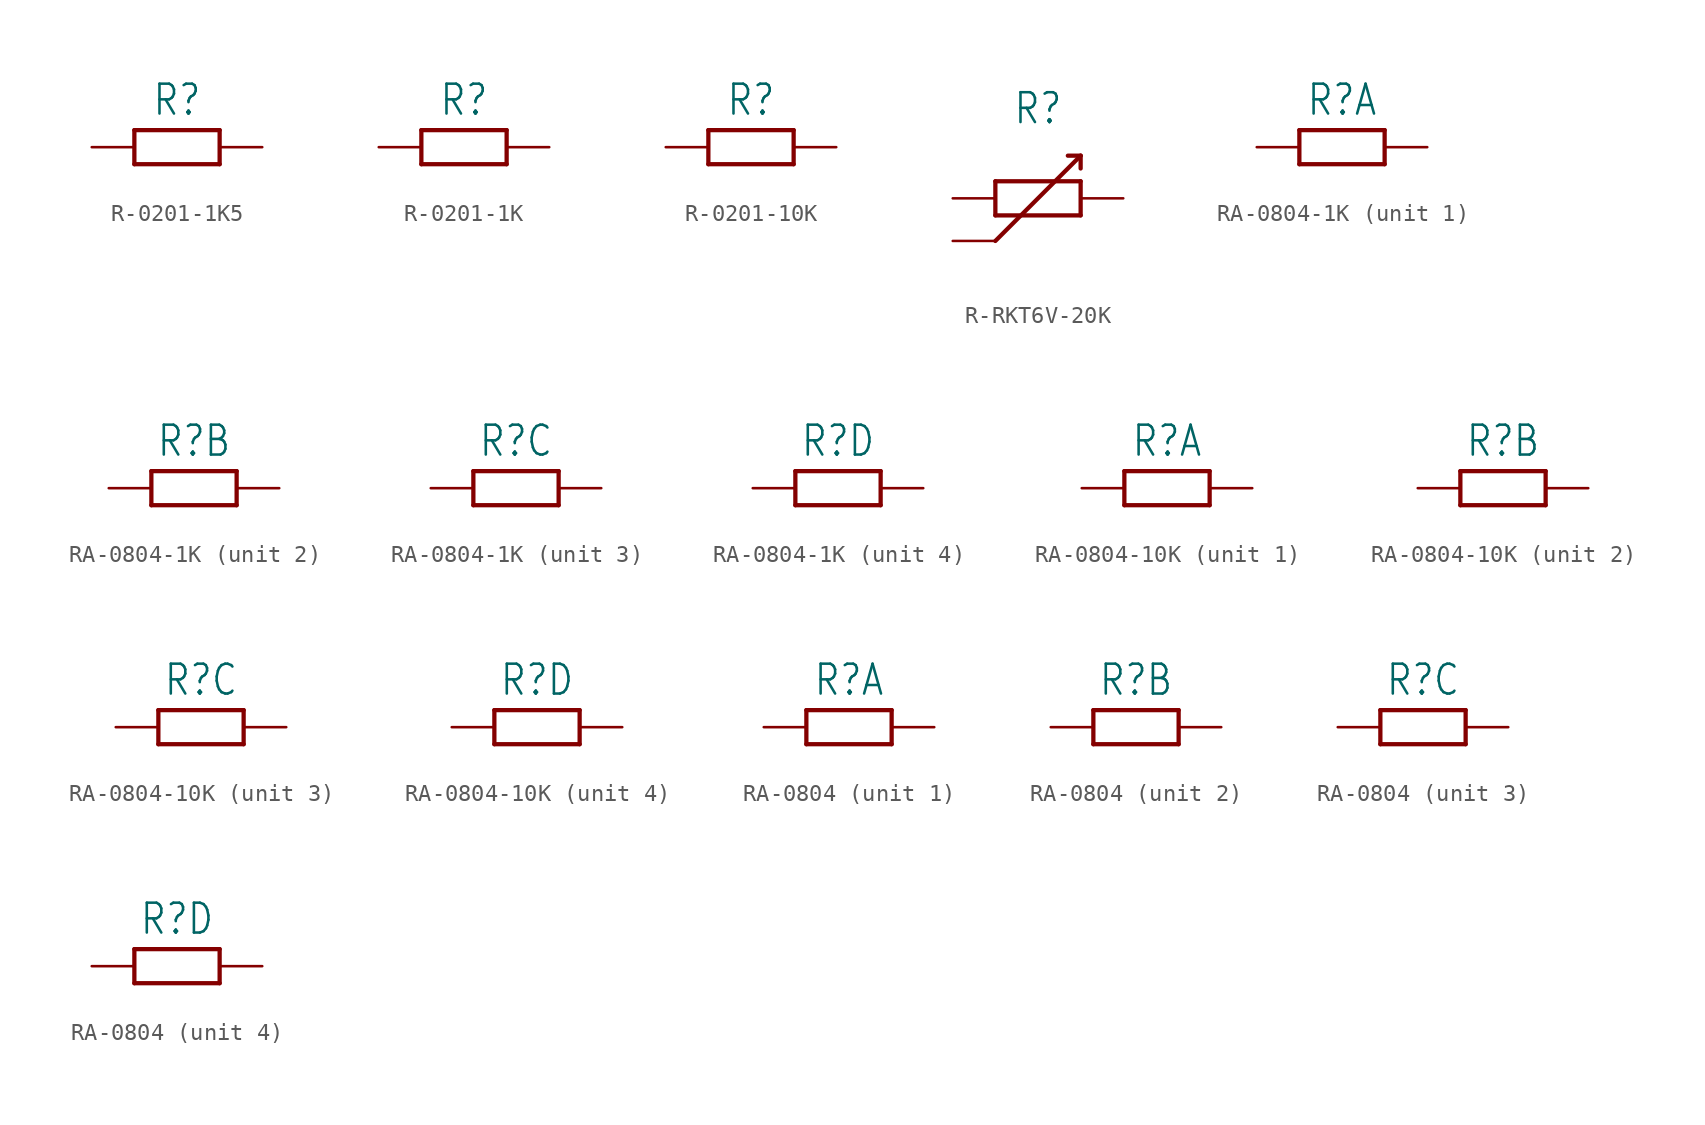
<source format=kicad_sym>
(kicad_symbol_lib
  (version 20231120)
  (generator "kicad_symbol_editor")
  (generator_version "8.0")
  (symbol "R-0201-1K5"
    (property "Reference" "R"
      (at 0 1.778 0)
      (effects (font (size 1.778 1.511)) (justify bottom)))
    (property "Value" ""
      (at 0 -1.778 0)
      (effects (font (size 1.778 1.511)) (justify top)))
    (property "ki_locked" ""
      (at 0 0 0)
      (effects (font (size 1.27 1.27))))
    (symbol "R-0201-1K5_1_0"
      (polyline (pts (xy -2.54 -1.016) (xy -2.54 1.016)) (stroke (width 0.254) (type solid)) (fill (type none)))
      (polyline (pts (xy -2.54 1.016) (xy 2.54 1.016)) (stroke (width 0.254) (type solid)) (fill (type none)))
      (polyline (pts (xy 2.54 -1.016) (xy -2.54 -1.016)) (stroke (width 0.254) (type solid)) (fill (type none)))
      (polyline (pts (xy 2.54 1.016) (xy 2.54 -1.016)) (stroke (width 0.254) (type solid)) (fill (type none)))
      (pin passive line (at -5.08 0 0) (length 2.54) (name "1" (effects (font (size 0 0)))) (number "1" (effects (font (size 0 0)))))
      (pin passive line (at 5.08 0 180) (length 2.54) (name "2" (effects (font (size 0 0)))) (number "2" (effects (font (size 0 0)))))))
  (symbol "R-0201-1K"
    (property "Reference" "R"
      (at 0 1.778 0)
      (effects (font (size 1.778 1.511)) (justify bottom)))
    (property "Value" ""
      (at 0 -1.778 0)
      (effects (font (size 1.778 1.511)) (justify top)))
    (property "ki_locked" ""
      (at 0 0 0)
      (effects (font (size 1.27 1.27))))
    (symbol "R-0201-1K_1_0"
      (polyline (pts (xy -2.54 -1.016) (xy -2.54 1.016)) (stroke (width 0.254) (type solid)) (fill (type none)))
      (polyline (pts (xy -2.54 1.016) (xy 2.54 1.016)) (stroke (width 0.254) (type solid)) (fill (type none)))
      (polyline (pts (xy 2.54 -1.016) (xy -2.54 -1.016)) (stroke (width 0.254) (type solid)) (fill (type none)))
      (polyline (pts (xy 2.54 1.016) (xy 2.54 -1.016)) (stroke (width 0.254) (type solid)) (fill (type none)))
      (pin passive line (at -5.08 0 0) (length 2.54) (name "1" (effects (font (size 0 0)))) (number "1" (effects (font (size 0 0)))))
      (pin passive line (at 5.08 0 180) (length 2.54) (name "2" (effects (font (size 0 0)))) (number "2" (effects (font (size 0 0)))))))
  (symbol "R-0201-10K"
    (property "Reference" "R"
      (at 0 1.778 0)
      (effects (font (size 1.778 1.511)) (justify bottom)))
    (property "Value" ""
      (at 0 -1.778 0)
      (effects (font (size 1.778 1.511)) (justify top)))
    (property "ki_locked" ""
      (at 0 0 0)
      (effects (font (size 1.27 1.27))))
    (symbol "R-0201-10K_1_0"
      (polyline (pts (xy -2.54 -1.016) (xy -2.54 1.016)) (stroke (width 0.254) (type solid)) (fill (type none)))
      (polyline (pts (xy -2.54 1.016) (xy 2.54 1.016)) (stroke (width 0.254) (type solid)) (fill (type none)))
      (polyline (pts (xy 2.54 -1.016) (xy -2.54 -1.016)) (stroke (width 0.254) (type solid)) (fill (type none)))
      (polyline (pts (xy 2.54 1.016) (xy 2.54 -1.016)) (stroke (width 0.254) (type solid)) (fill (type none)))
      (pin passive line (at -5.08 0 0) (length 2.54) (name "1" (effects (font (size 0 0)))) (number "1" (effects (font (size 0 0)))))
      (pin passive line (at 5.08 0 180) (length 2.54) (name "2" (effects (font (size 0 0)))) (number "2" (effects (font (size 0 0)))))))
  (symbol "R-RKT6V-20K"
    (property "Reference" "R"
      (at 0 4.318 0)
      (effects (font (size 1.778 1.511)) (justify bottom)))
    (property "Value" ""
      (at 0 -4.318 0)
      (effects (font (size 1.778 1.511)) (justify top)))
    (property "ki_locked" ""
      (at 0 0 0)
      (effects (font (size 1.27 1.27))))
    (symbol "R-RKT6V-20K_1_0"
      (polyline (pts (xy -2.54 -2.54) (xy 2.54 2.54)) (stroke (width 0.254) (type solid)) (fill (type none)))
      (polyline (pts (xy -2.54 -1.016) (xy -2.54 1.016)) (stroke (width 0.254) (type solid)) (fill (type none)))
      (polyline (pts (xy -2.54 1.016) (xy 2.54 1.016)) (stroke (width 0.254) (type solid)) (fill (type none)))
      (polyline (pts (xy 2.54 -1.016) (xy -2.54 -1.016)) (stroke (width 0.254) (type solid)) (fill (type none)))
      (polyline (pts (xy 2.54 1.016) (xy 2.54 -1.016)) (stroke (width 0.254) (type solid)) (fill (type none)))
      (polyline (pts (xy 2.54 2.54) (xy 1.778 2.54)) (stroke (width 0.254) (type solid)) (fill (type none)))
      (polyline (pts (xy 2.54 2.54) (xy 2.54 1.778)) (stroke (width 0.254) (type solid)) (fill (type none)))
      (pin passive line (at -5.08 0 0) (length 2.54) (name "1" (effects (font (size 0 0)))) (number "1" (effects (font (size 0 0)))))
      (pin passive line (at -5.08 -2.54 0) (length 2.54) (name "2" (effects (font (size 0 0)))) (number "2" (effects (font (size 0 0)))))
      (pin passive line (at 5.08 0 180) (length 2.54) (name "3" (effects (font (size 0 0)))) (number "3" (effects (font (size 0 0)))))))
  (symbol "RA-0804-1K"
    (property "Reference" "R"
      (at 0 1.778 0)
      (effects (font (size 1.778 1.511)) (justify bottom)))
    (property "Value" ""
      (at 0 -1.778 0)
      (effects (font (size 1.778 1.511)) (justify top)))
    (property "ki_locked" ""
      (at 0 0 0)
      (effects (font (size 1.27 1.27))))
    (symbol "RA-0804-1K_1_0"
      (polyline (pts (xy -2.54 -1.016) (xy -2.54 1.016)) (stroke (width 0.254) (type solid)) (fill (type none)))
      (polyline (pts (xy -2.54 1.016) (xy 2.54 1.016)) (stroke (width 0.254) (type solid)) (fill (type none)))
      (polyline (pts (xy 2.54 -1.016) (xy -2.54 -1.016)) (stroke (width 0.254) (type solid)) (fill (type none)))
      (polyline (pts (xy 2.54 1.016) (xy 2.54 -1.016)) (stroke (width 0.254) (type solid)) (fill (type none)))
      (pin passive line (at -5.08 0 0) (length 2.54) (name "1" (effects (font (size 0 0)))) (number "1" (effects (font (size 0 0)))))
      (pin passive line (at 5.08 0 180) (length 2.54) (name "2" (effects (font (size 0 0)))) (number "8" (effects (font (size 0 0))))))
    (symbol "RA-0804-1K_2_0"
      (polyline (pts (xy -2.54 -1.016) (xy -2.54 1.016)) (stroke (width 0.254) (type solid)) (fill (type none)))
      (polyline (pts (xy -2.54 1.016) (xy 2.54 1.016)) (stroke (width 0.254) (type solid)) (fill (type none)))
      (polyline (pts (xy 2.54 -1.016) (xy -2.54 -1.016)) (stroke (width 0.254) (type solid)) (fill (type none)))
      (polyline (pts (xy 2.54 1.016) (xy 2.54 -1.016)) (stroke (width 0.254) (type solid)) (fill (type none)))
      (pin passive line (at -5.08 0 0) (length 2.54) (name "1" (effects (font (size 0 0)))) (number "2" (effects (font (size 0 0)))))
      (pin passive line (at 5.08 0 180) (length 2.54) (name "2" (effects (font (size 0 0)))) (number "7" (effects (font (size 0 0))))))
    (symbol "RA-0804-1K_3_0"
      (polyline (pts (xy -2.54 -1.016) (xy -2.54 1.016)) (stroke (width 0.254) (type solid)) (fill (type none)))
      (polyline (pts (xy -2.54 1.016) (xy 2.54 1.016)) (stroke (width 0.254) (type solid)) (fill (type none)))
      (polyline (pts (xy 2.54 -1.016) (xy -2.54 -1.016)) (stroke (width 0.254) (type solid)) (fill (type none)))
      (polyline (pts (xy 2.54 1.016) (xy 2.54 -1.016)) (stroke (width 0.254) (type solid)) (fill (type none)))
      (pin passive line (at -5.08 0 0) (length 2.54) (name "1" (effects (font (size 0 0)))) (number "3" (effects (font (size 0 0)))))
      (pin passive line (at 5.08 0 180) (length 2.54) (name "2" (effects (font (size 0 0)))) (number "6" (effects (font (size 0 0))))))
    (symbol "RA-0804-1K_4_0"
      (polyline (pts (xy -2.54 -1.016) (xy -2.54 1.016)) (stroke (width 0.254) (type solid)) (fill (type none)))
      (polyline (pts (xy -2.54 1.016) (xy 2.54 1.016)) (stroke (width 0.254) (type solid)) (fill (type none)))
      (polyline (pts (xy 2.54 -1.016) (xy -2.54 -1.016)) (stroke (width 0.254) (type solid)) (fill (type none)))
      (polyline (pts (xy 2.54 1.016) (xy 2.54 -1.016)) (stroke (width 0.254) (type solid)) (fill (type none)))
      (pin passive line (at -5.08 0 0) (length 2.54) (name "1" (effects (font (size 0 0)))) (number "4" (effects (font (size 0 0)))))
      (pin passive line (at 5.08 0 180) (length 2.54) (name "2" (effects (font (size 0 0)))) (number "5" (effects (font (size 0 0)))))))
  (symbol "RA-0804-10K"
    (property "Reference" "R"
      (at 0 1.778 0)
      (effects (font (size 1.778 1.511)) (justify bottom)))
    (property "Value" ""
      (at 0 -1.778 0)
      (effects (font (size 1.778 1.511)) (justify top)))
    (property "ki_locked" ""
      (at 0 0 0)
      (effects (font (size 1.27 1.27))))
    (symbol "RA-0804-10K_1_0"
      (polyline (pts (xy -2.54 -1.016) (xy -2.54 1.016)) (stroke (width 0.254) (type solid)) (fill (type none)))
      (polyline (pts (xy -2.54 1.016) (xy 2.54 1.016)) (stroke (width 0.254) (type solid)) (fill (type none)))
      (polyline (pts (xy 2.54 -1.016) (xy -2.54 -1.016)) (stroke (width 0.254) (type solid)) (fill (type none)))
      (polyline (pts (xy 2.54 1.016) (xy 2.54 -1.016)) (stroke (width 0.254) (type solid)) (fill (type none)))
      (pin passive line (at -5.08 0 0) (length 2.54) (name "1" (effects (font (size 0 0)))) (number "1" (effects (font (size 0 0)))))
      (pin passive line (at 5.08 0 180) (length 2.54) (name "2" (effects (font (size 0 0)))) (number "8" (effects (font (size 0 0))))))
    (symbol "RA-0804-10K_2_0"
      (polyline (pts (xy -2.54 -1.016) (xy -2.54 1.016)) (stroke (width 0.254) (type solid)) (fill (type none)))
      (polyline (pts (xy -2.54 1.016) (xy 2.54 1.016)) (stroke (width 0.254) (type solid)) (fill (type none)))
      (polyline (pts (xy 2.54 -1.016) (xy -2.54 -1.016)) (stroke (width 0.254) (type solid)) (fill (type none)))
      (polyline (pts (xy 2.54 1.016) (xy 2.54 -1.016)) (stroke (width 0.254) (type solid)) (fill (type none)))
      (pin passive line (at -5.08 0 0) (length 2.54) (name "1" (effects (font (size 0 0)))) (number "2" (effects (font (size 0 0)))))
      (pin passive line (at 5.08 0 180) (length 2.54) (name "2" (effects (font (size 0 0)))) (number "7" (effects (font (size 0 0))))))
    (symbol "RA-0804-10K_3_0"
      (polyline (pts (xy -2.54 -1.016) (xy -2.54 1.016)) (stroke (width 0.254) (type solid)) (fill (type none)))
      (polyline (pts (xy -2.54 1.016) (xy 2.54 1.016)) (stroke (width 0.254) (type solid)) (fill (type none)))
      (polyline (pts (xy 2.54 -1.016) (xy -2.54 -1.016)) (stroke (width 0.254) (type solid)) (fill (type none)))
      (polyline (pts (xy 2.54 1.016) (xy 2.54 -1.016)) (stroke (width 0.254) (type solid)) (fill (type none)))
      (pin passive line (at -5.08 0 0) (length 2.54) (name "1" (effects (font (size 0 0)))) (number "3" (effects (font (size 0 0)))))
      (pin passive line (at 5.08 0 180) (length 2.54) (name "2" (effects (font (size 0 0)))) (number "6" (effects (font (size 0 0))))))
    (symbol "RA-0804-10K_4_0"
      (polyline (pts (xy -2.54 -1.016) (xy -2.54 1.016)) (stroke (width 0.254) (type solid)) (fill (type none)))
      (polyline (pts (xy -2.54 1.016) (xy 2.54 1.016)) (stroke (width 0.254) (type solid)) (fill (type none)))
      (polyline (pts (xy 2.54 -1.016) (xy -2.54 -1.016)) (stroke (width 0.254) (type solid)) (fill (type none)))
      (polyline (pts (xy 2.54 1.016) (xy 2.54 -1.016)) (stroke (width 0.254) (type solid)) (fill (type none)))
      (pin passive line (at -5.08 0 0) (length 2.54) (name "1" (effects (font (size 0 0)))) (number "4" (effects (font (size 0 0)))))
      (pin passive line (at 5.08 0 180) (length 2.54) (name "2" (effects (font (size 0 0)))) (number "5" (effects (font (size 0 0)))))))
  (symbol "RA-0804"
    (property "Reference" "R"
      (at 0 1.778 0)
      (effects (font (size 1.778 1.511)) (justify bottom)))
    (property "Value" ""
      (at 0 -1.778 0)
      (effects (font (size 1.778 1.511)) (justify top)))
    (property "ki_locked" ""
      (at 0 0 0)
      (effects (font (size 1.27 1.27))))
    (symbol "RA-0804_1_0"
      (polyline (pts (xy -2.54 -1.016) (xy -2.54 1.016)) (stroke (width 0.254) (type solid)) (fill (type none)))
      (polyline (pts (xy -2.54 1.016) (xy 2.54 1.016)) (stroke (width 0.254) (type solid)) (fill (type none)))
      (polyline (pts (xy 2.54 -1.016) (xy -2.54 -1.016)) (stroke (width 0.254) (type solid)) (fill (type none)))
      (polyline (pts (xy 2.54 1.016) (xy 2.54 -1.016)) (stroke (width 0.254) (type solid)) (fill (type none)))
      (pin passive line (at -5.08 0 0) (length 2.54) (name "1" (effects (font (size 0 0)))) (number "1" (effects (font (size 0 0)))))
      (pin passive line (at 5.08 0 180) (length 2.54) (name "2" (effects (font (size 0 0)))) (number "8" (effects (font (size 0 0))))))
    (symbol "RA-0804_2_0"
      (polyline (pts (xy -2.54 -1.016) (xy -2.54 1.016)) (stroke (width 0.254) (type solid)) (fill (type none)))
      (polyline (pts (xy -2.54 1.016) (xy 2.54 1.016)) (stroke (width 0.254) (type solid)) (fill (type none)))
      (polyline (pts (xy 2.54 -1.016) (xy -2.54 -1.016)) (stroke (width 0.254) (type solid)) (fill (type none)))
      (polyline (pts (xy 2.54 1.016) (xy 2.54 -1.016)) (stroke (width 0.254) (type solid)) (fill (type none)))
      (pin passive line (at -5.08 0 0) (length 2.54) (name "1" (effects (font (size 0 0)))) (number "2" (effects (font (size 0 0)))))
      (pin passive line (at 5.08 0 180) (length 2.54) (name "2" (effects (font (size 0 0)))) (number "7" (effects (font (size 0 0))))))
    (symbol "RA-0804_3_0"
      (polyline (pts (xy -2.54 -1.016) (xy -2.54 1.016)) (stroke (width 0.254) (type solid)) (fill (type none)))
      (polyline (pts (xy -2.54 1.016) (xy 2.54 1.016)) (stroke (width 0.254) (type solid)) (fill (type none)))
      (polyline (pts (xy 2.54 -1.016) (xy -2.54 -1.016)) (stroke (width 0.254) (type solid)) (fill (type none)))
      (polyline (pts (xy 2.54 1.016) (xy 2.54 -1.016)) (stroke (width 0.254) (type solid)) (fill (type none)))
      (pin passive line (at -5.08 0 0) (length 2.54) (name "1" (effects (font (size 0 0)))) (number "3" (effects (font (size 0 0)))))
      (pin passive line (at 5.08 0 180) (length 2.54) (name "2" (effects (font (size 0 0)))) (number "6" (effects (font (size 0 0))))))
    (symbol "RA-0804_4_0"
      (polyline (pts (xy -2.54 -1.016) (xy -2.54 1.016)) (stroke (width 0.254) (type solid)) (fill (type none)))
      (polyline (pts (xy -2.54 1.016) (xy 2.54 1.016)) (stroke (width 0.254) (type solid)) (fill (type none)))
      (polyline (pts (xy 2.54 -1.016) (xy -2.54 -1.016)) (stroke (width 0.254) (type solid)) (fill (type none)))
      (polyline (pts (xy 2.54 1.016) (xy 2.54 -1.016)) (stroke (width 0.254) (type solid)) (fill (type none)))
      (pin passive line (at -5.08 0 0) (length 2.54) (name "1" (effects (font (size 0 0)))) (number "4" (effects (font (size 0 0)))))
      (pin passive line (at 5.08 0 180) (length 2.54) (name "2" (effects (font (size 0 0)))) (number "5" (effects (font (size 0 0))))))))
</source>
